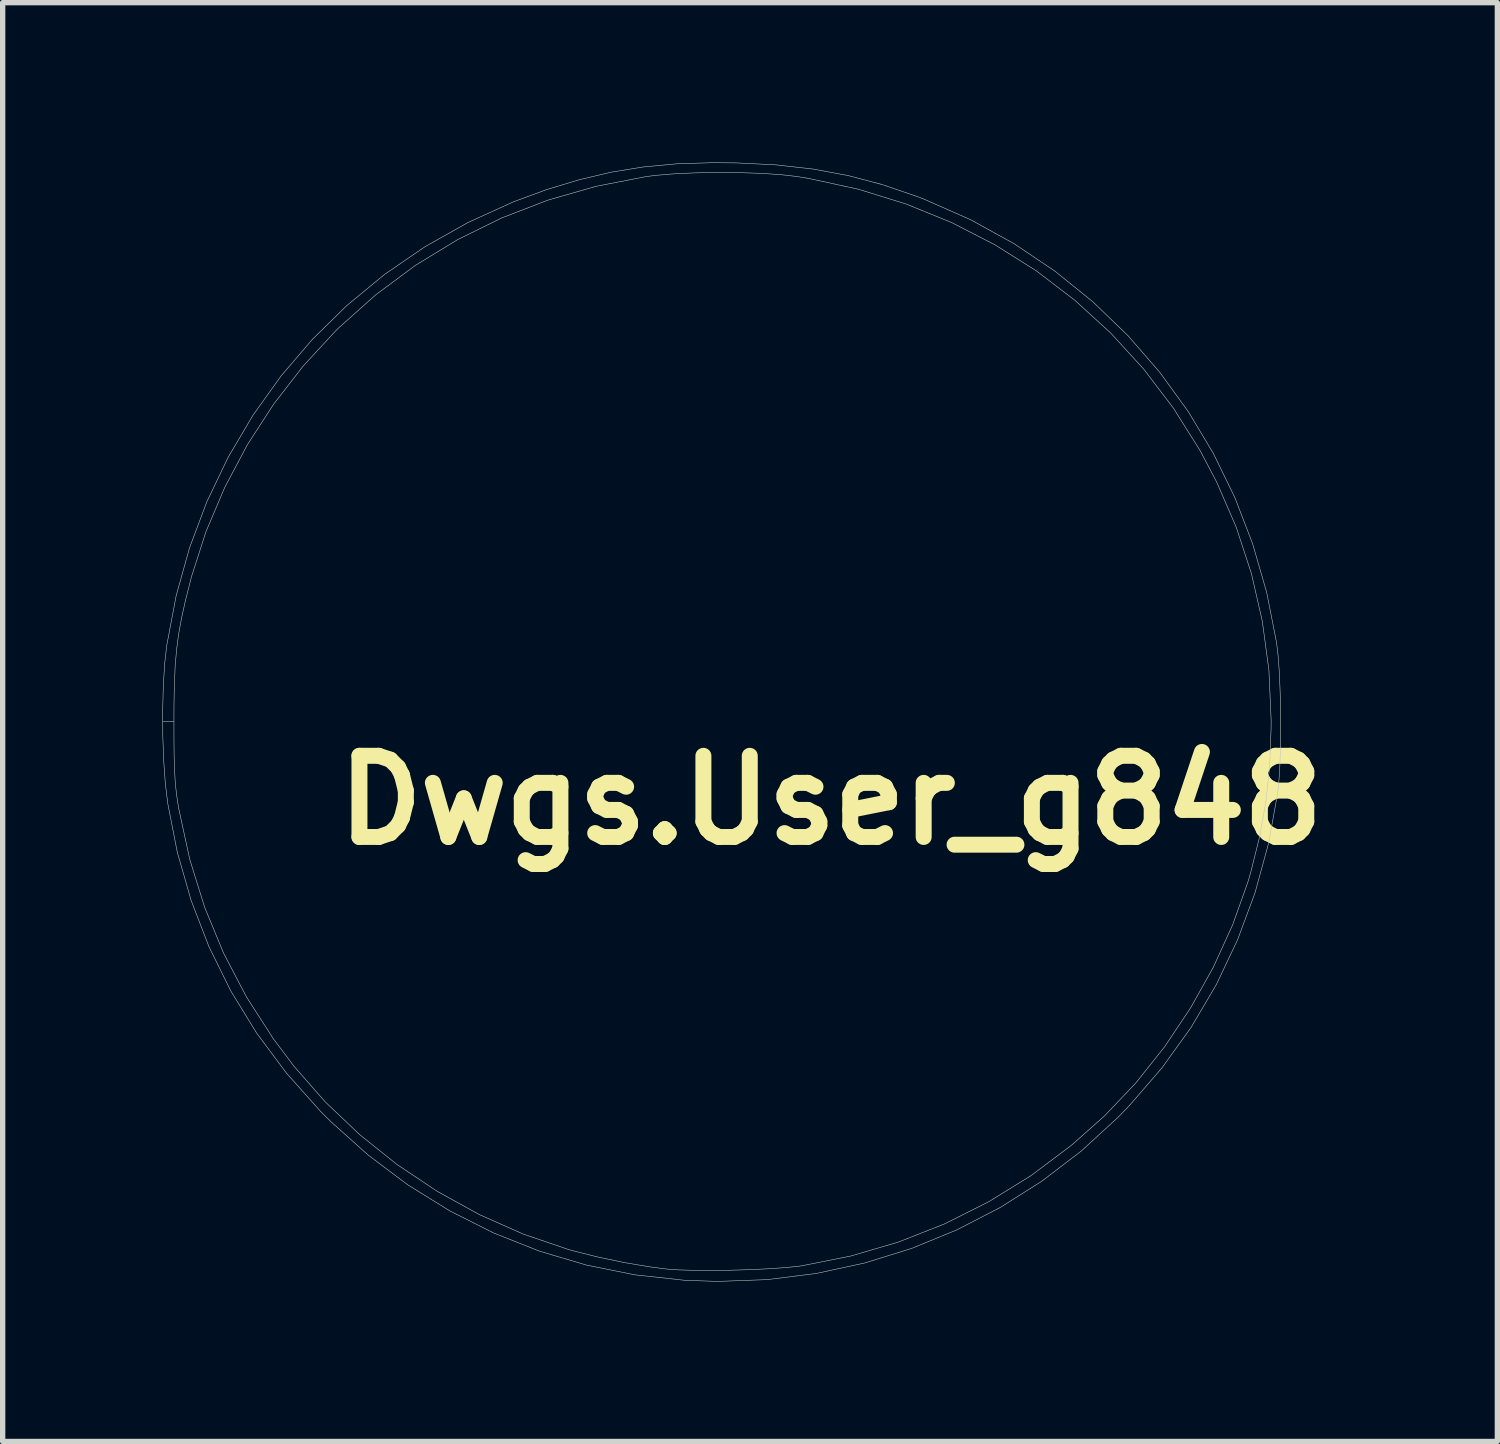
<source format=kicad_pcb>
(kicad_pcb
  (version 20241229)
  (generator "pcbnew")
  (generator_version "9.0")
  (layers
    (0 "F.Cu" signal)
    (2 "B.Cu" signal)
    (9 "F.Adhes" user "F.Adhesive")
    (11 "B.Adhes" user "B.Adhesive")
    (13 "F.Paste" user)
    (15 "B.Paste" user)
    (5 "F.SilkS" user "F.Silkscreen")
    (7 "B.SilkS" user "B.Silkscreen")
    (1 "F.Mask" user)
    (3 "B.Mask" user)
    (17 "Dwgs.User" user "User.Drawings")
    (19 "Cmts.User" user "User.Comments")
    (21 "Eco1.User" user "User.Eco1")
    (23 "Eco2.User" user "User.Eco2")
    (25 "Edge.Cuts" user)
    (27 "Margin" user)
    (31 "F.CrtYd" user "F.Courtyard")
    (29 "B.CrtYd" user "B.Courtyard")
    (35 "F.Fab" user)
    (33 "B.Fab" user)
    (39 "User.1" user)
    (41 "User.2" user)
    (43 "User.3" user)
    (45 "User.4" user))
  (footprint "Dwgs.User_g848"
    (layer "F.Cu")
    (at 12.554 11.978)
    (property "Reference" "Dwgs.User_g848" (at 0 0 0) (layer "F.SilkS") (effects (font (size 1.524 1.524) (thickness 0.3))))
    (attr through_hole)
    (fp_poly (pts (xy -1.778 -11.969) (xy -1.031 -11.932) (xy -0.339 -11.854) (xy 0.321 -11.732) (xy 0.969 -11.56) (xy 1.628 -11.334) (xy 1.76 -11.283) (xy 2.625 -10.901) (xy 3.442 -10.45) (xy 4.208 -9.935) (xy 4.921 -9.359) (xy 5.578 -8.725) (xy 6.176 -8.036) (xy 6.712 -7.297) (xy 7.183 -6.511) (xy 7.587 -5.681) (xy 7.921 -4.811) (xy 8.183 -3.904) (xy 8.368 -2.963) (xy 8.368 -2.963) (xy 8.398 -2.71) (xy 8.421 -2.392) (xy 8.436 -2.03) (xy 8.445 -1.643) (xy 8.446 -1.251) (xy 8.439 -0.874) (xy 8.425 -0.532) (xy 8.403 -0.244) (xy 8.389 -0.127) (xy 8.215 0.822) (xy 7.964 1.738) (xy 7.637 2.619) (xy 7.237 3.463) (xy 6.763 4.266) (xy 6.217 5.025) (xy 5.601 5.738) (xy 5.391 5.955) (xy 4.7 6.588) (xy 3.961 7.153) (xy 3.18 7.647) (xy 2.362 8.069) (xy 1.51 8.418) (xy 0.63 8.691) (xy -0.274 8.886) (xy -1.196 9.002) (xy -2.132 9.036) (xy -2.752 9.014) (xy -3.681 8.912) (xy -4.59 8.729) (xy -5.475 8.467) (xy -6.332 8.127) (xy -7.156 7.712) (xy -7.945 7.223) (xy -8.692 6.662) (xy -9.395 6.032) (xy -9.589 5.837) (xy -10.224 5.125) (xy -10.784 4.373) (xy -11.27 3.581) (xy -11.68 2.75) (xy -12.015 1.881) (xy -12.275 0.974) (xy -12.453 0.064) (xy -12.499 -0.313) (xy -12.53 -0.746) (xy -12.547 -1.213) (xy -12.548 -1.482) (xy -12.338 -1.482) (xy -12.337 -1.119) (xy -12.334 -0.826) (xy -12.327 -0.586) (xy -12.316 -0.386) (xy -12.3 -0.208) (xy -12.279 -0.039) (xy -12.251 0.138) (xy -12.245 0.169) (xy -12.041 1.108) (xy -11.762 2.007) (xy -11.407 2.868) (xy -10.976 3.693) (xy -10.468 4.483) (xy -10.083 4.995) (xy -9.499 5.662) (xy -8.85 6.279) (xy -8.146 6.842) (xy -7.394 7.344) (xy -6.602 7.781) (xy -5.78 8.146) (xy -4.936 8.434) (xy -4.847 8.459) (xy -4.385 8.576) (xy -3.89 8.68) (xy -3.403 8.762) (xy -3.09 8.803) (xy -2.867 8.819) (xy -2.579 8.828) (xy -2.247 8.83) (xy -1.891 8.826) (xy -1.53 8.815) (xy -1.185 8.799) (xy -0.877 8.778) (xy -0.623 8.753) (xy -0.55 8.743) (xy 0.373 8.559) (xy 1.269 8.296) (xy 2.135 7.955) (xy 2.966 7.538) (xy 3.76 7.047) (xy 4.513 6.482) (xy 5.138 5.927) (xy 5.724 5.311) (xy 6.265 4.631) (xy 6.754 3.9) (xy 7.183 3.132) (xy 7.545 2.337) (xy 7.832 1.53) (xy 7.889 1.333) (xy 8.055 0.666) (xy 8.17 0.015) (xy 8.239 -0.648) (xy 8.266 -1.352) (xy 8.267 -1.503) (xy 8.225 -2.444) (xy 8.101 -3.363) (xy 7.896 -4.259) (xy 7.61 -5.131) (xy 7.242 -5.98) (xy 6.929 -6.573) (xy 6.432 -7.363) (xy 5.873 -8.097) (xy 5.255 -8.773) (xy 4.582 -9.388) (xy 3.858 -9.941) (xy 3.085 -10.428) (xy 2.268 -10.848) (xy 1.409 -11.198) (xy 0.513 -11.475) (xy -0.416 -11.677) (xy -0.635 -11.713) (xy -0.937 -11.748) (xy -1.301 -11.772) (xy -1.706 -11.786) (xy -2.129 -11.789) (xy -2.548 -11.782) (xy -2.942 -11.764) (xy -3.288 -11.735) (xy -3.471 -11.712) (xy -4.411 -11.529) (xy -5.317 -11.269) (xy -6.186 -10.934) (xy -7.016 -10.525) (xy -7.804 -10.044) (xy -8.548 -9.492) (xy -9.245 -8.87) (xy -9.293 -8.823) (xy -9.909 -8.156) (xy -10.466 -7.437) (xy -10.96 -6.674) (xy -11.384 -5.874) (xy -11.735 -5.047) (xy -12.007 -4.202) (xy -12.025 -4.131) (xy -12.119 -3.761) (xy -12.192 -3.434) (xy -12.248 -3.129) (xy -12.288 -2.829) (xy -12.315 -2.513) (xy -12.33 -2.163) (xy -12.337 -1.759) (xy -12.338 -1.482) (xy -12.548 -1.482) (xy -12.549 -1.689) (xy -12.537 -2.15) (xy -12.511 -2.573) (xy -12.474 -2.9) (xy -12.297 -3.836) (xy -12.045 -4.74) (xy -11.718 -5.609) (xy -11.321 -6.438) (xy -10.857 -7.225) (xy -10.328 -7.965) (xy -9.737 -8.656) (xy -9.088 -9.293) (xy -8.383 -9.874) (xy -7.625 -10.394) (xy -6.817 -10.849) (xy -5.963 -11.238) (xy -5.344 -11.466) (xy -4.726 -11.653) (xy -4.125 -11.795) (xy -3.521 -11.893) (xy -2.891 -11.952) (xy -2.217 -11.973) (xy -1.778 -11.969)) (stroke (width 0.01) (type solid)) (fill no) (layer "Dwgs.User")))
  (gr_rect
    (start -3 -3)
    (end 25.069 24.019)
    (stroke (width 0.1) (type default))
    (fill no)
    (layer "Edge.Cuts")))
</source>
